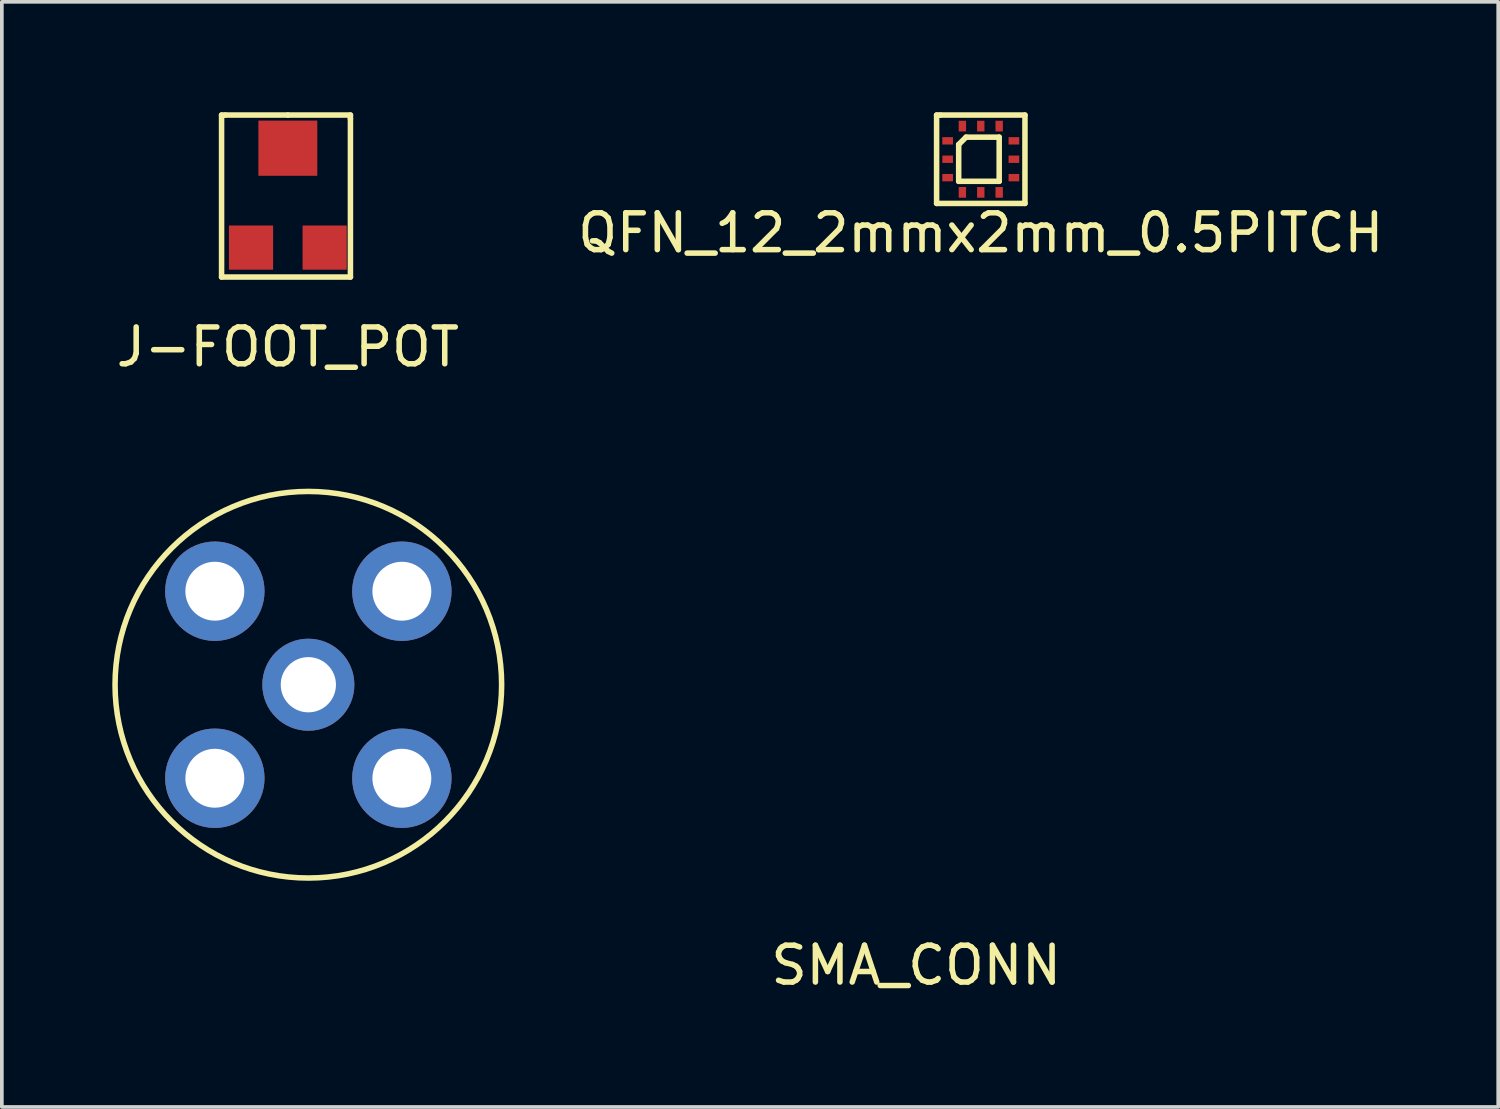
<source format=kicad_pcb>
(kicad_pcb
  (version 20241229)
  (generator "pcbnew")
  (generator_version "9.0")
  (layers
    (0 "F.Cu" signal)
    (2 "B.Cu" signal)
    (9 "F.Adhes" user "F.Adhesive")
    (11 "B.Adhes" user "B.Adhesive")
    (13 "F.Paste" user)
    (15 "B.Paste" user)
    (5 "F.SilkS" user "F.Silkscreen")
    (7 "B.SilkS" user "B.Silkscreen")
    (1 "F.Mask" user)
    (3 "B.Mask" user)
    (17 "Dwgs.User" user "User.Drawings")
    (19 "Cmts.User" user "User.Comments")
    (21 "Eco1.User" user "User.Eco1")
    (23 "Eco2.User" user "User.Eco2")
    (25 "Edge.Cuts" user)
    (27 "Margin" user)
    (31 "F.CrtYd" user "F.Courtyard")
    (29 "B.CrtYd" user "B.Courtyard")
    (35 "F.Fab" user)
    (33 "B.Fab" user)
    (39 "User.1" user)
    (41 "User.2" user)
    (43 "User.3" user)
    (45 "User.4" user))
  (footprint "QFN_12_2mmx2mm_0.5PITCH"
    (layer "F.Cu")
    (at 23.589 1.275)
    (property "Reference" "QFN_12_2mmx2mm_0.5PITCH" (at 0 2 0) (layer "F.SilkS") (effects (font (size 1 1) (thickness 0.15))))
    (attr through_hole)
    (fp_line (start -1.2 -1.2) (end -1.1 -1.2) (stroke (width 0.15) (type solid)) (layer "F.SilkS"))
    (fp_line (start -1.2 1.2) (end -1.2 -1.2) (stroke (width 0.15) (type solid)) (layer "F.SilkS"))
    (fp_line (start -1.1 -1.2) (end 1.2 -1.2) (stroke (width 0.15) (type solid)) (layer "F.SilkS"))
    (fp_line (start -0.6 -0.4) (end -0.6 0.6) (stroke (width 0.15) (type solid)) (layer "F.SilkS"))
    (fp_line (start -0.6 0.6) (end 0.5 0.6) (stroke (width 0.15) (type solid)) (layer "F.SilkS"))
    (fp_line (start -0.4 -0.6) (end -0.6 -0.4) (stroke (width 0.15) (type solid)) (layer "F.SilkS"))
    (fp_line (start 0.5 -0.6) (end -0.4 -0.6) (stroke (width 0.15) (type solid)) (layer "F.SilkS"))
    (fp_line (start 0.5 0.6) (end 0.5 -0.6) (stroke (width 0.15) (type solid)) (layer "F.SilkS"))
    (fp_line (start 1.2 -1.2) (end 1.2 1.2) (stroke (width 0.15) (type solid)) (layer "F.SilkS"))
    (fp_line (start 1.2 1.2) (end -1.2 1.2) (stroke (width 0.15) (type solid)) (layer "F.SilkS"))
    (pad "1" smd rect (at -0.9 -0.5) (size 0.29 0.2) (layers "F.Cu" "F.Mask" "F.Paste"))
    (pad "2" smd rect (at -0.9 0) (size 0.29 0.2) (layers "F.Cu" "F.Mask" "F.Paste"))
    (pad "3" smd rect (at -0.9 0.5) (size 0.29 0.2) (layers "F.Cu" "F.Mask" "F.Paste"))
    (pad "4" smd rect (at -0.5 0.9) (size 0.2 0.29) (layers "F.Cu" "F.Mask" "F.Paste"))
    (pad "5" smd rect (at 0 0.9) (size 0.2 0.29) (layers "F.Cu" "F.Mask" "F.Paste"))
    (pad "6" smd rect (at 0.5 0.9) (size 0.2 0.29) (layers "F.Cu" "F.Mask" "F.Paste"))
    (pad "7" smd rect (at 0.9 0.5) (size 0.29 0.2) (layers "F.Cu" "F.Mask" "F.Paste"))
    (pad "8" smd rect (at 0.9 -0.5) (size 0.29 0.2) (layers "F.Cu" "F.Mask" "F.Paste"))
    (pad "8" smd rect (at 0.9 0) (size 0.29 0.2) (layers "F.Cu" "F.Mask" "F.Paste"))
    (pad "10" smd rect (at 0.5 -0.9) (size 0.2 0.29) (layers "F.Cu" "F.Mask" "F.Paste"))
    (pad "11" smd rect (at 0 -0.9) (size 0.2 0.29) (layers "F.Cu" "F.Mask" "F.Paste"))
    (pad "12" smd rect (at -0.5 -0.9) (size 0.2 0.29) (layers "F.Cu" "F.Mask" "F.Paste")))
  (footprint "J-FOOT_POT"
    (layer "F.Cu")
    (at 4.768 0.975)
    (property "Reference" "J-FOOT_POT" (at 0 5.4 0) (layer "F.SilkS") (effects (font (size 1 1) (thickness 0.15))))
    (attr through_hole)
    (fp_line (start -1.8 -0.9) (end -1.7 -0.9) (stroke (width 0.15) (type solid)) (layer "F.SilkS"))
    (fp_line (start -1.8 3.5) (end -1.8 -0.9) (stroke (width 0.15) (type solid)) (layer "F.SilkS"))
    (fp_line (start -1.8 3.5) (end 1.7 3.5) (stroke (width 0.15) (type solid)) (layer "F.SilkS"))
    (fp_line (start -1.7 -0.9) (end 0 -0.9) (stroke (width 0.15) (type solid)) (layer "F.SilkS"))
    (fp_line (start 0 -0.9) (end 1.7 -0.9) (stroke (width 0.15) (type solid)) (layer "F.SilkS"))
    (fp_line (start 1.7 -0.9) (end 1.7 -0.8) (stroke (width 0.15) (type solid)) (layer "F.SilkS"))
    (fp_line (start 1.7 3.5) (end 1.7 -0.8) (stroke (width 0.15) (type solid)) (layer "F.SilkS"))
    (pad "1" smd rect (at 0 0) (size 1.6 1.5) (layers "F.Cu" "F.Mask" "F.Paste"))
    (pad "2" smd rect (at 1 2.7) (size 1.2 1.2) (layers "F.Cu" "F.Mask" "F.Paste"))
    (pad "3" smd rect (at -1 2.7) (size 1.2 1.2) (layers "F.Cu" "F.Mask" "F.Paste")))
  (footprint "SMA_CONN"
    (layer "F.Cu")
    (at 5.325 15.548)
    (property "Reference" "SMA_CONN" (at 16.51 7.62 0) (layer "F.SilkS") (effects (font (size 1 1) (thickness 0.15))))
    (attr through_hole)
    (fp_circle (center 0 0) (end 5.25 0) (stroke (width 0.15) (type solid)) (fill no) (layer "F.SilkS"))
    (pad "1" thru_hole circle (at 0 0) (size 2.5 2.5) (drill 1.5) (layers "*.Cu" "*.Mask"))
    (pad "2" thru_hole circle (at -2.54 -2.54) (size 2.7 2.7) (drill 1.6) (layers "*.Cu" "*.Mask"))
    (pad "2" thru_hole circle (at -2.54 2.54) (size 2.7 2.7) (drill 1.6) (layers "*.Cu" "*.Mask"))
    (pad "2" thru_hole circle (at 2.54 -2.54) (size 2.7 2.7) (drill 1.6) (layers "*.Cu" "*.Mask"))
    (pad "2" thru_hole circle (at 2.54 2.54) (size 2.7 2.7) (drill 1.6) (layers "*.Cu" "*.Mask")))
  (gr_rect
    (start -3 -3)
    (end 37.643 27.017)
    (stroke (width 0.1) (type default))
    (fill no)
    (layer "Edge.Cuts")))
</source>
